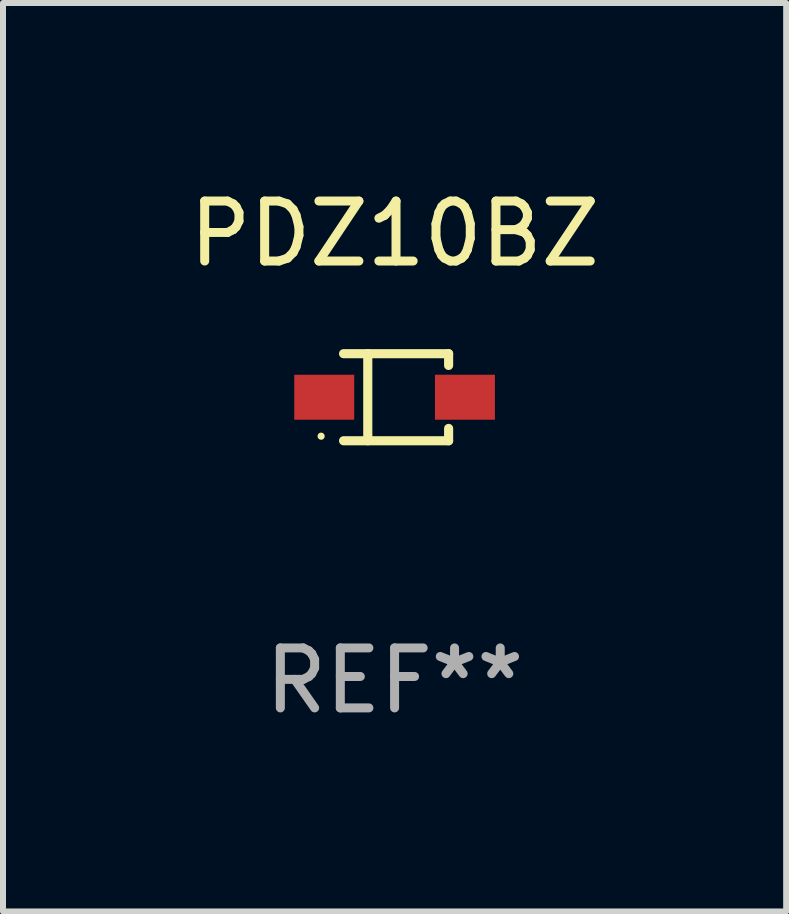
<source format=kicad_pcb>
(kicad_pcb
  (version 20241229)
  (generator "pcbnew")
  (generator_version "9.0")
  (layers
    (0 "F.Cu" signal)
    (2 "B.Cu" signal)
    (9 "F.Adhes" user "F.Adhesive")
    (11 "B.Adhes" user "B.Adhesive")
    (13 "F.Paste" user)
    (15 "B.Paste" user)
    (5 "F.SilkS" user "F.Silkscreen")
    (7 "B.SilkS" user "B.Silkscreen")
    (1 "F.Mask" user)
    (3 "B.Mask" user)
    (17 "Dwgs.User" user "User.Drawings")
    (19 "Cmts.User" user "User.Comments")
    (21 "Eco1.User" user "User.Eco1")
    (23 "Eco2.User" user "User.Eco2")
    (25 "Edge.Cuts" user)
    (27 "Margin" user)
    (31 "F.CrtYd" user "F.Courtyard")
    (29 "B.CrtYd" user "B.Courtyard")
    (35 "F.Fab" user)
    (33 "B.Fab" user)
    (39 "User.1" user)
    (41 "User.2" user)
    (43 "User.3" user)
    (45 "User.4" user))
  (footprint "PDZ10BZ"
    (layer "F.Cu")
    (at 3.53 3.574)
    (property "Reference" "PDZ10BZ" (at 0 -2.726 0) (layer "F.SilkS") (effects (font (size 1 1) (thickness 0.15))))
    (attr through_hole)
    (fp_line (start -0.851 -0.726) (end 0.901 -0.726) (stroke (width 0.152) (type solid)) (layer "F.SilkS"))
    (fp_line (start -0.851 0.726) (end 0.901 0.726) (stroke (width 0.152) (type solid)) (layer "F.SilkS"))
    (fp_line (start -0.447 -0.726) (end -0.447 0.726) (stroke (width 0.152) (type solid)) (layer "F.SilkS"))
    (fp_line (start 0.901 -0.726) (end 0.901 -0.53) (stroke (width 0.152) (type solid)) (layer "F.SilkS"))
    (fp_line (start 0.901 0.726) (end 0.901 0.52) (stroke (width 0.152) (type solid)) (layer "F.SilkS"))
    (fp_circle (center -1.225 0.65) (end -1.195 0.65) (stroke (width 0.06) (type solid)) (fill no) (layer "F.SilkS"))
    (fp_text user "REF**" (at 0 4.726 0) (layer "F.Fab") (effects (font (size 1 1) (thickness 0.15))))
    (pad "1" smd rect (at -1.173 0) (size 1 0.75) (layers "F.Cu" "F.Mask" "F.Paste"))
    (pad "2" smd rect (at 1.173 0) (size 1 0.75) (layers "F.Cu" "F.Mask" "F.Paste")))
  (gr_rect
    (start -3 -3)
    (end 10.06 12.149)
    (stroke (width 0.1) (type default))
    (fill no)
    (layer "Edge.Cuts")))
</source>
